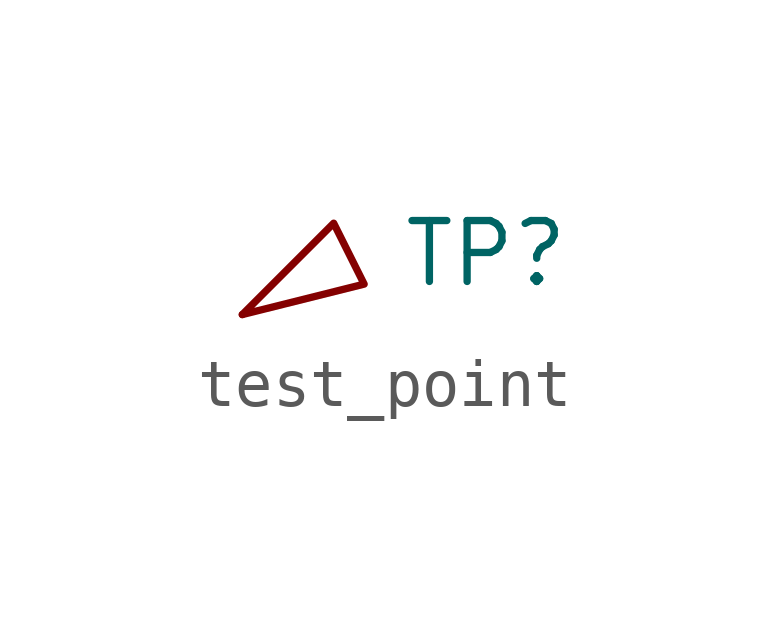
<source format=kicad_sym>
(kicad_symbol_lib
  (version 20211014)
  (generator kicad_symbol_editor)
  (symbol "test_point"
    (pin_numbers hide)
    (pin_names
      (offset 0) hide)
    (property "Reference" "TP"
      (at 5.08 1.27 0)
      (effects (font (size 1.27 1.27))))
    (symbol "test_point_0_1"
      (polyline (pts (xy 0 0) (xy 0 0)) (stroke (width 0) (type default) (color 0 0 0 0)) (fill (type none)))
      (polyline (pts (xy 0 0) (xy 2.54 0.635) (xy 1.905 1.905) (xy 0 0)) (stroke (width 0) (type default) (color 0 0 0 0)) (fill (type none))))
    (symbol "test_point_1_1"
      (pin output line (at 0 0 0) (length 2.54) hide (name "TP" (effects (font (size 1.27 1.27)))) (number "1" (effects (font (size 1.27 1.27))))))))
</source>
